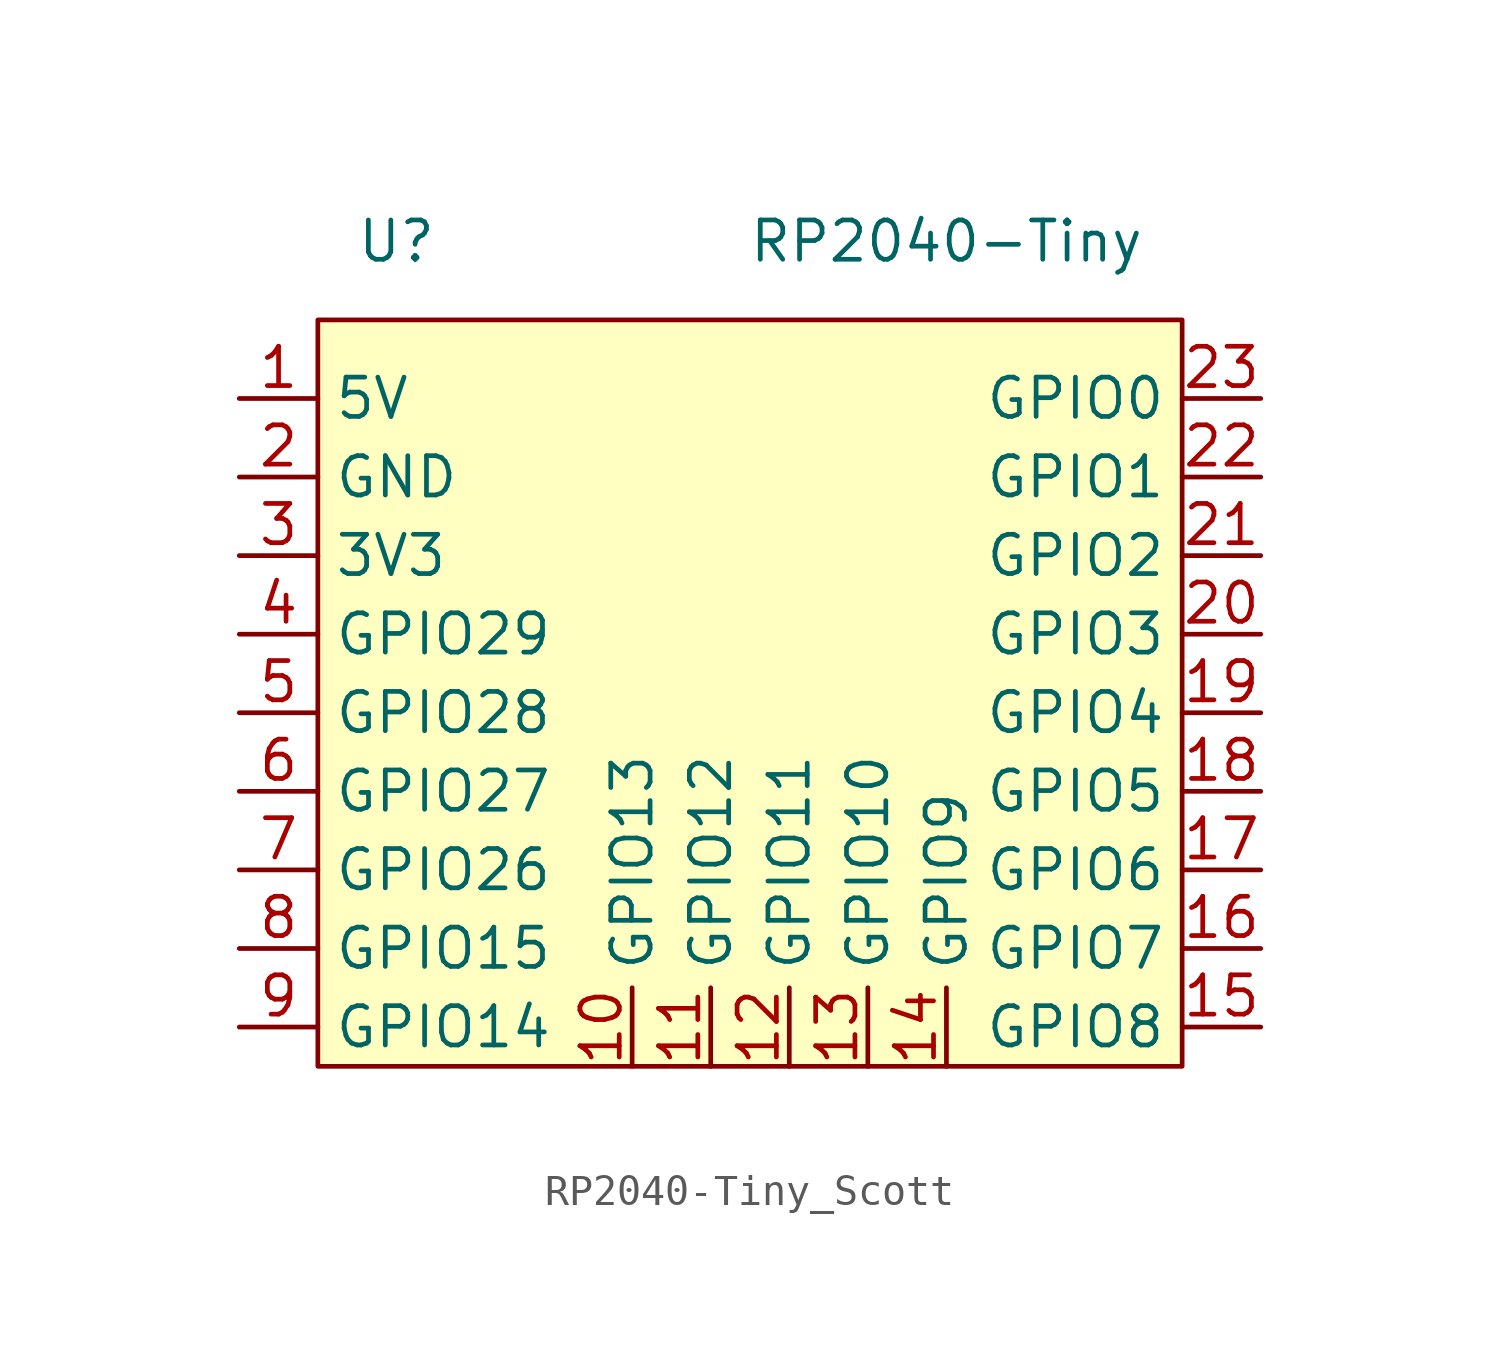
<source format=kicad_sym>
(kicad_symbol_lib
  (version 20220914)
  (generator kicad_symbol_editor)
  (symbol "RP2040-Tiny_Scott"
    (property "Reference" "U"
      (at 2.54 2.54 0)
      (effects (font (size 1.27 1.27))))
    (property "Value" "RP2040-Tiny"
      (at 20.32 2.54 0)
      (effects (font (size 1.27 1.27))))
    (symbol "RP2040-Tiny_Scott_1_1"
      (rectangle (start 0 0) (end 27.94 -24.13) (stroke (width 0) (type default)) (fill (type background)))
      (pin power_in line (at -2.54 -2.54 0) (length 2.54) (name "5V" (effects (font (size 1.27 1.27)))) (number "1" (effects (font (size 1.27 1.27)))))
      (pin bidirectional line (at 10.16 -24.13 90) (length 2.54) (name "GPIO13" (effects (font (size 1.27 1.27)))) (number "10" (effects (font (size 1.27 1.27)))))
      (pin bidirectional line (at 12.7 -24.13 90) (length 2.54) (name "GPIO12" (effects (font (size 1.27 1.27)))) (number "11" (effects (font (size 1.27 1.27)))))
      (pin bidirectional line (at 15.24 -24.13 90) (length 2.54) (name "GPIO11" (effects (font (size 1.27 1.27)))) (number "12" (effects (font (size 1.27 1.27)))))
      (pin bidirectional line (at 17.78 -24.13 90) (length 2.54) (name "GPIO10" (effects (font (size 1.27 1.27)))) (number "13" (effects (font (size 1.27 1.27)))))
      (pin bidirectional line (at 20.32 -24.13 90) (length 2.54) (name "GPIO9" (effects (font (size 1.27 1.27)))) (number "14" (effects (font (size 1.27 1.27)))))
      (pin bidirectional line (at 30.48 -22.86 180) (length 2.54) (name "GPIO8" (effects (font (size 1.27 1.27)))) (number "15" (effects (font (size 1.27 1.27)))))
      (pin bidirectional line (at 30.48 -20.32 180) (length 2.54) (name "GPIO7" (effects (font (size 1.27 1.27)))) (number "16" (effects (font (size 1.27 1.27)))))
      (pin bidirectional line (at 30.48 -17.78 180) (length 2.54) (name "GPIO6" (effects (font (size 1.27 1.27)))) (number "17" (effects (font (size 1.27 1.27)))))
      (pin bidirectional line (at 30.48 -15.24 180) (length 2.54) (name "GPIO5" (effects (font (size 1.27 1.27)))) (number "18" (effects (font (size 1.27 1.27)))))
      (pin bidirectional line (at 30.48 -12.7 180) (length 2.54) (name "GPIO4" (effects (font (size 1.27 1.27)))) (number "19" (effects (font (size 1.27 1.27)))))
      (pin power_in line (at -2.54 -5.08 0) (length 2.54) (name "GND" (effects (font (size 1.27 1.27)))) (number "2" (effects (font (size 1.27 1.27)))))
      (pin bidirectional line (at 30.48 -10.16 180) (length 2.54) (name "GPIO3" (effects (font (size 1.27 1.27)))) (number "20" (effects (font (size 1.27 1.27)))))
      (pin bidirectional line (at 30.48 -7.62 180) (length 2.54) (name "GPIO2" (effects (font (size 1.27 1.27)))) (number "21" (effects (font (size 1.27 1.27)))))
      (pin bidirectional line (at 30.48 -5.08 180) (length 2.54) (name "GPIO1" (effects (font (size 1.27 1.27)))) (number "22" (effects (font (size 1.27 1.27)))))
      (pin bidirectional line (at 30.48 -2.54 180) (length 2.54) (name "GPIO0" (effects (font (size 1.27 1.27)))) (number "23" (effects (font (size 1.27 1.27)))))
      (pin power_out line (at -2.54 -7.62 0) (length 2.54) (name "3V3" (effects (font (size 1.27 1.27)))) (number "3" (effects (font (size 1.27 1.27)))))
      (pin bidirectional line (at -2.54 -10.16 0) (length 2.54) (name "GPIO29" (effects (font (size 1.27 1.27)))) (number "4" (effects (font (size 1.27 1.27)))))
      (pin bidirectional line (at -2.54 -12.7 0) (length 2.54) (name "GPIO28" (effects (font (size 1.27 1.27)))) (number "5" (effects (font (size 1.27 1.27)))))
      (pin bidirectional line (at -2.54 -15.24 0) (length 2.54) (name "GPIO27" (effects (font (size 1.27 1.27)))) (number "6" (effects (font (size 1.27 1.27)))))
      (pin bidirectional line (at -2.54 -17.78 0) (length 2.54) (name "GPIO26" (effects (font (size 1.27 1.27)))) (number "7" (effects (font (size 1.27 1.27)))))
      (pin bidirectional line (at -2.54 -20.32 0) (length 2.54) (name "GPIO15" (effects (font (size 1.27 1.27)))) (number "8" (effects (font (size 1.27 1.27)))))
      (pin bidirectional line (at -2.54 -22.86 0) (length 2.54) (name "GPIO14" (effects (font (size 1.27 1.27)))) (number "9" (effects (font (size 1.27 1.27))))))))
</source>
